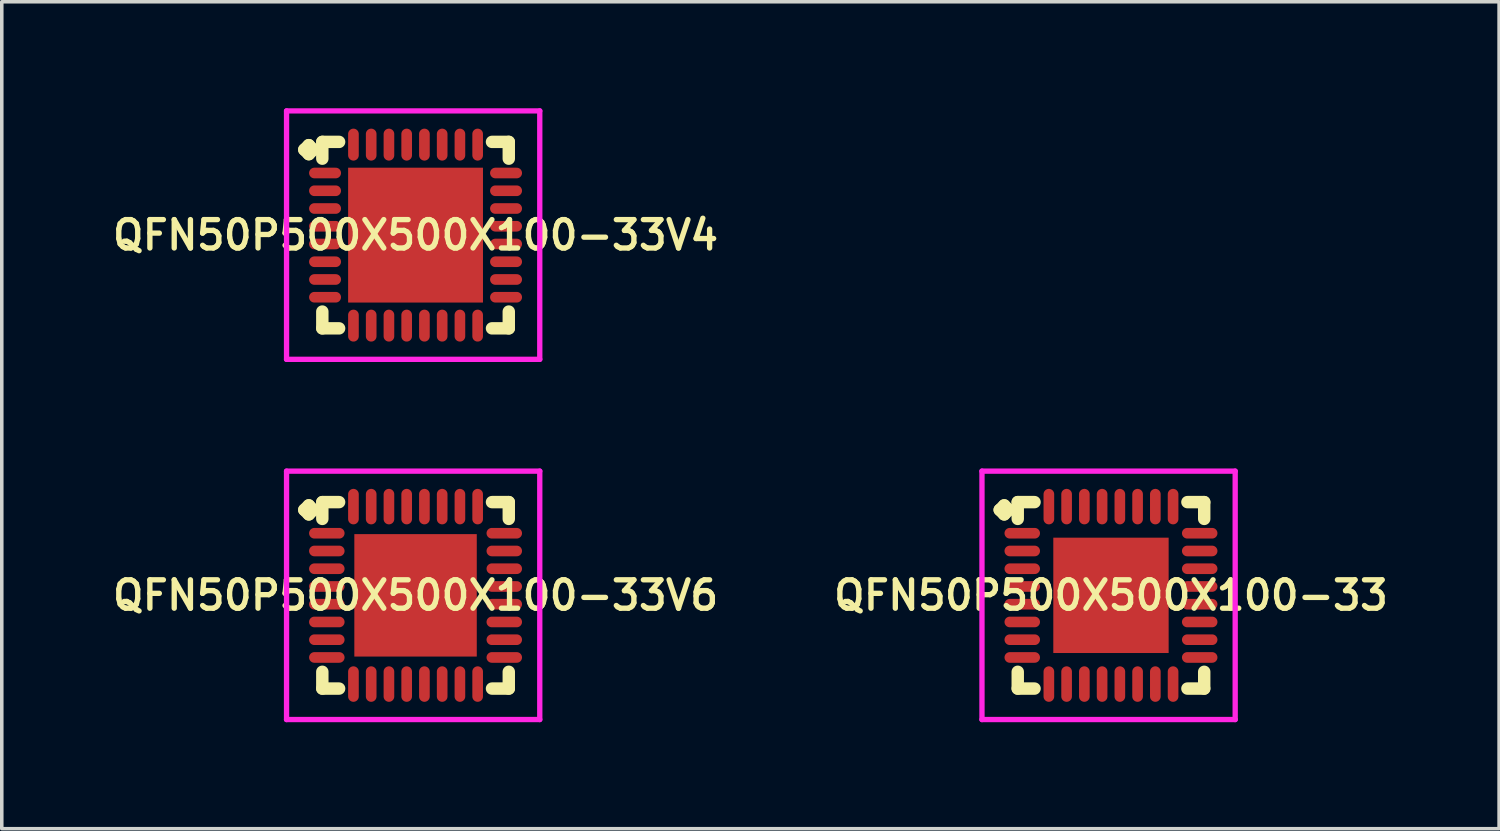
<source format=kicad_pcb>
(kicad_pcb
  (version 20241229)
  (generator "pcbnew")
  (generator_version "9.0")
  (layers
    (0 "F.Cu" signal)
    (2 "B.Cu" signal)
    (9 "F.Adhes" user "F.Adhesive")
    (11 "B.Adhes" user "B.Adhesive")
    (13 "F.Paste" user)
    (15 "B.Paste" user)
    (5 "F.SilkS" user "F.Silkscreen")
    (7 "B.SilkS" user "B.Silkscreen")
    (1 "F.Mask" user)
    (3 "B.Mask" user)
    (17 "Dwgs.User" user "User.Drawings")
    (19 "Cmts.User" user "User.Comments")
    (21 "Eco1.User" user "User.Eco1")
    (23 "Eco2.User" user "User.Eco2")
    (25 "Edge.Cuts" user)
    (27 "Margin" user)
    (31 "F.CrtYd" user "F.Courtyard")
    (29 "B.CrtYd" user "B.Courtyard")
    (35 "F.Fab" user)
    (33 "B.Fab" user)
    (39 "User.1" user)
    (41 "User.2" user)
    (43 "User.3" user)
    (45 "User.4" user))
  (footprint "QFN50P500X500X100-33"
    (layer "F.Cu")
    (at 28.254 13.725)
    (property "Reference" "QFN50P500X500X100-33" (at 0 0 0) (layer "F.SilkS") (effects (font (size 0.8 0.8) (thickness 0.15))))
    (attr smd)
    (fp_line (start -3.135 -2.408) (end -3.008 -2.535) (stroke (width 0.35) (type solid)) (layer "F.SilkS"))
    (fp_line (start -3.008 -2.535) (end -2.881 -2.408) (stroke (width 0.35) (type solid)) (layer "F.SilkS"))
    (fp_line (start -3.008 -2.281) (end -3.135 -2.408) (stroke (width 0.35) (type solid)) (layer "F.SilkS"))
    (fp_line (start -2.881 -2.408) (end -3.008 -2.281) (stroke (width 0.35) (type solid)) (layer "F.SilkS"))
    (fp_line (start -2.627 -2.627) (end -2.154 -2.627) (stroke (width 0.35) (type solid)) (layer "F.SilkS"))
    (fp_line (start -2.627 -2.154) (end -2.627 -2.627) (stroke (width 0.35) (type solid)) (layer "F.SilkS"))
    (fp_line (start -2.627 2.154) (end -2.627 2.627) (stroke (width 0.35) (type solid)) (layer "F.SilkS"))
    (fp_line (start -2.627 2.627) (end -2.154 2.627) (stroke (width 0.35) (type solid)) (layer "F.SilkS"))
    (fp_line (start 2.154 -2.627) (end 2.627 -2.627) (stroke (width 0.35) (type solid)) (layer "F.SilkS"))
    (fp_line (start 2.154 2.627) (end 2.627 2.627) (stroke (width 0.35) (type solid)) (layer "F.SilkS"))
    (fp_line (start 2.627 -2.627) (end 2.627 -2.154) (stroke (width 0.35) (type solid)) (layer "F.SilkS"))
    (fp_line (start 2.627 2.627) (end 2.627 2.154) (stroke (width 0.35) (type solid)) (layer "F.SilkS"))
    (fp_line (start -3.635 -3.5) (end 3.5 -3.5) (stroke (width 0.15) (type solid)) (layer "F.CrtYd"))
    (fp_line (start -3.635 3.5) (end -3.635 -3.5) (stroke (width 0.15) (type solid)) (layer "F.CrtYd"))
    (fp_line (start 3.5 -3.5) (end 3.5 3.5) (stroke (width 0.15) (type solid)) (layer "F.CrtYd"))
    (fp_line (start 3.5 3.5) (end -3.635 3.5) (stroke (width 0.15) (type solid)) (layer "F.CrtYd"))
    (pad "1" smd oval (at -2.5 -1.75) (size 1 0.3) (layers "F.Cu" "F.Mask" "F.Paste"))
    (pad "2" smd oval (at -2.5 -1.25) (size 1 0.3) (layers "F.Cu" "F.Mask" "F.Paste"))
    (pad "3" smd oval (at -2.5 -0.75) (size 1 0.3) (layers "F.Cu" "F.Mask" "F.Paste"))
    (pad "4" smd oval (at -2.5 -0.25) (size 1 0.3) (layers "F.Cu" "F.Mask" "F.Paste"))
    (pad "5" smd oval (at -2.5 0.25) (size 1 0.3) (layers "F.Cu" "F.Mask" "F.Paste"))
    (pad "6" smd oval (at -2.5 0.75) (size 1 0.3) (layers "F.Cu" "F.Mask" "F.Paste"))
    (pad "7" smd oval (at -2.5 1.25) (size 1 0.3) (layers "F.Cu" "F.Mask" "F.Paste"))
    (pad "8" smd oval (at -2.5 1.75) (size 1 0.3) (layers "F.Cu" "F.Mask" "F.Paste"))
    (pad "9" smd oval (at -1.75 2.5) (size 0.3 1) (layers "F.Cu" "F.Mask" "F.Paste"))
    (pad "10" smd oval (at -1.25 2.5) (size 0.3 1) (layers "F.Cu" "F.Mask" "F.Paste"))
    (pad "11" smd oval (at -0.75 2.5) (size 0.3 1) (layers "F.Cu" "F.Mask" "F.Paste"))
    (pad "12" smd oval (at -0.25 2.5) (size 0.3 1) (layers "F.Cu" "F.Mask" "F.Paste"))
    (pad "13" smd oval (at 0.25 2.5) (size 0.3 1) (layers "F.Cu" "F.Mask" "F.Paste"))
    (pad "14" smd oval (at 0.75 2.5) (size 0.3 1) (layers "F.Cu" "F.Mask" "F.Paste"))
    (pad "15" smd oval (at 1.25 2.5) (size 0.3 1) (layers "F.Cu" "F.Mask" "F.Paste"))
    (pad "16" smd oval (at 1.75 2.5) (size 0.3 1) (layers "F.Cu" "F.Mask" "F.Paste"))
    (pad "17" smd oval (at 2.5 1.75) (size 1 0.3) (layers "F.Cu" "F.Mask" "F.Paste"))
    (pad "18" smd oval (at 2.5 1.25) (size 1 0.3) (layers "F.Cu" "F.Mask" "F.Paste"))
    (pad "19" smd oval (at 2.5 0.75) (size 1 0.3) (layers "F.Cu" "F.Mask" "F.Paste"))
    (pad "20" smd oval (at 2.5 0.25) (size 1 0.3) (layers "F.Cu" "F.Mask" "F.Paste"))
    (pad "21" smd oval (at 2.5 -0.25) (size 1 0.3) (layers "F.Cu" "F.Mask" "F.Paste"))
    (pad "22" smd oval (at 2.5 -0.75) (size 1 0.3) (layers "F.Cu" "F.Mask" "F.Paste"))
    (pad "23" smd oval (at 2.5 -1.25) (size 1 0.3) (layers "F.Cu" "F.Mask" "F.Paste"))
    (pad "24" smd oval (at 2.5 -1.75) (size 1 0.3) (layers "F.Cu" "F.Mask" "F.Paste"))
    (pad "25" smd oval (at 1.75 -2.5) (size 0.3 1) (layers "F.Cu" "F.Mask" "F.Paste"))
    (pad "26" smd oval (at 1.25 -2.5) (size 0.3 1) (layers "F.Cu" "F.Mask" "F.Paste"))
    (pad "27" smd oval (at 0.75 -2.5) (size 0.3 1) (layers "F.Cu" "F.Mask" "F.Paste"))
    (pad "28" smd oval (at 0.25 -2.5) (size 0.3 1) (layers "F.Cu" "F.Mask" "F.Paste"))
    (pad "29" smd oval (at -0.25 -2.5) (size 0.3 1) (layers "F.Cu" "F.Mask" "F.Paste"))
    (pad "30" smd oval (at -0.75 -2.5) (size 0.3 1) (layers "F.Cu" "F.Mask" "F.Paste"))
    (pad "31" smd oval (at -1.25 -2.5) (size 0.3 1) (layers "F.Cu" "F.Mask" "F.Paste"))
    (pad "32" smd oval (at -1.75 -2.5) (size 0.3 1) (layers "F.Cu" "F.Mask" "F.Paste"))
    (pad "33" smd rect (at 0 0) (size 3.25 3.25) (layers "F.Cu" "F.Mask" "F.Paste")))
  (footprint "QFN50P500X500X100-33V4"
    (layer "F.Cu")
    (at 8.659 3.575)
    (property "Reference" "QFN50P500X500X100-33V4" (at 0 0 0) (layer "F.SilkS") (effects (font (size 0.8 0.8) (thickness 0.15))))
    (attr smd)
    (fp_line (start -3.135 -2.408) (end -3.008 -2.535) (stroke (width 0.35) (type solid)) (layer "F.SilkS"))
    (fp_line (start -3.008 -2.535) (end -2.881 -2.408) (stroke (width 0.35) (type solid)) (layer "F.SilkS"))
    (fp_line (start -3.008 -2.281) (end -3.135 -2.408) (stroke (width 0.35) (type solid)) (layer "F.SilkS"))
    (fp_line (start -2.881 -2.408) (end -3.008 -2.281) (stroke (width 0.35) (type solid)) (layer "F.SilkS"))
    (fp_line (start -2.627 -2.627) (end -2.154 -2.627) (stroke (width 0.35) (type solid)) (layer "F.SilkS"))
    (fp_line (start -2.627 -2.154) (end -2.627 -2.627) (stroke (width 0.35) (type solid)) (layer "F.SilkS"))
    (fp_line (start -2.627 2.154) (end -2.627 2.627) (stroke (width 0.35) (type solid)) (layer "F.SilkS"))
    (fp_line (start -2.627 2.627) (end -2.154 2.627) (stroke (width 0.35) (type solid)) (layer "F.SilkS"))
    (fp_line (start 2.154 -2.627) (end 2.627 -2.627) (stroke (width 0.35) (type solid)) (layer "F.SilkS"))
    (fp_line (start 2.154 2.627) (end 2.627 2.627) (stroke (width 0.35) (type solid)) (layer "F.SilkS"))
    (fp_line (start 2.627 -2.627) (end 2.627 -2.154) (stroke (width 0.35) (type solid)) (layer "F.SilkS"))
    (fp_line (start 2.627 2.627) (end 2.627 2.154) (stroke (width 0.35) (type solid)) (layer "F.SilkS"))
    (fp_line (start -3.635 -3.5) (end 3.5 -3.5) (stroke (width 0.15) (type solid)) (layer "F.CrtYd"))
    (fp_line (start -3.635 3.5) (end -3.635 -3.5) (stroke (width 0.15) (type solid)) (layer "F.CrtYd"))
    (fp_line (start 3.5 -3.5) (end 3.5 3.5) (stroke (width 0.15) (type solid)) (layer "F.CrtYd"))
    (fp_line (start 3.5 3.5) (end -3.635 3.5) (stroke (width 0.15) (type solid)) (layer "F.CrtYd"))
    (pad "1" smd oval (at -2.55 -1.75) (size 0.9 0.3) (layers "F.Cu" "F.Mask" "F.Paste"))
    (pad "2" smd oval (at -2.55 -1.25) (size 0.9 0.3) (layers "F.Cu" "F.Mask" "F.Paste"))
    (pad "3" smd oval (at -2.55 -0.75) (size 0.9 0.3) (layers "F.Cu" "F.Mask" "F.Paste"))
    (pad "4" smd oval (at -2.55 -0.25) (size 0.9 0.3) (layers "F.Cu" "F.Mask" "F.Paste"))
    (pad "5" smd oval (at -2.55 0.25) (size 0.9 0.3) (layers "F.Cu" "F.Mask" "F.Paste"))
    (pad "6" smd oval (at -2.55 0.75) (size 0.9 0.3) (layers "F.Cu" "F.Mask" "F.Paste"))
    (pad "7" smd oval (at -2.55 1.25) (size 0.9 0.3) (layers "F.Cu" "F.Mask" "F.Paste"))
    (pad "8" smd oval (at -2.55 1.75) (size 0.9 0.3) (layers "F.Cu" "F.Mask" "F.Paste"))
    (pad "9" smd oval (at -1.75 2.55) (size 0.3 0.9) (layers "F.Cu" "F.Mask" "F.Paste"))
    (pad "10" smd oval (at -1.25 2.55) (size 0.3 0.9) (layers "F.Cu" "F.Mask" "F.Paste"))
    (pad "11" smd oval (at -0.75 2.55) (size 0.3 0.9) (layers "F.Cu" "F.Mask" "F.Paste"))
    (pad "12" smd oval (at -0.25 2.55) (size 0.3 0.9) (layers "F.Cu" "F.Mask" "F.Paste"))
    (pad "13" smd oval (at 0.25 2.55) (size 0.3 0.9) (layers "F.Cu" "F.Mask" "F.Paste"))
    (pad "14" smd oval (at 0.75 2.55) (size 0.3 0.9) (layers "F.Cu" "F.Mask" "F.Paste"))
    (pad "15" smd oval (at 1.25 2.55) (size 0.3 0.9) (layers "F.Cu" "F.Mask" "F.Paste"))
    (pad "16" smd oval (at 1.75 2.55) (size 0.3 0.9) (layers "F.Cu" "F.Mask" "F.Paste"))
    (pad "17" smd oval (at 2.55 1.75) (size 0.9 0.3) (layers "F.Cu" "F.Mask" "F.Paste"))
    (pad "18" smd oval (at 2.55 1.25) (size 0.9 0.3) (layers "F.Cu" "F.Mask" "F.Paste"))
    (pad "19" smd oval (at 2.55 0.75) (size 0.9 0.3) (layers "F.Cu" "F.Mask" "F.Paste"))
    (pad "20" smd oval (at 2.55 0.25) (size 0.9 0.3) (layers "F.Cu" "F.Mask" "F.Paste"))
    (pad "21" smd oval (at 2.55 -0.25) (size 0.9 0.3) (layers "F.Cu" "F.Mask" "F.Paste"))
    (pad "22" smd oval (at 2.55 -0.75) (size 0.9 0.3) (layers "F.Cu" "F.Mask" "F.Paste"))
    (pad "23" smd oval (at 2.55 -1.25) (size 0.9 0.3) (layers "F.Cu" "F.Mask" "F.Paste"))
    (pad "24" smd oval (at 2.55 -1.75) (size 0.9 0.3) (layers "F.Cu" "F.Mask" "F.Paste"))
    (pad "25" smd oval (at 1.75 -2.55) (size 0.3 0.9) (layers "F.Cu" "F.Mask" "F.Paste"))
    (pad "26" smd oval (at 1.25 -2.55) (size 0.3 0.9) (layers "F.Cu" "F.Mask" "F.Paste"))
    (pad "27" smd oval (at 0.75 -2.55) (size 0.3 0.9) (layers "F.Cu" "F.Mask" "F.Paste"))
    (pad "28" smd oval (at 0.25 -2.55) (size 0.3 0.9) (layers "F.Cu" "F.Mask" "F.Paste"))
    (pad "29" smd oval (at -0.25 -2.55) (size 0.3 0.9) (layers "F.Cu" "F.Mask" "F.Paste"))
    (pad "30" smd oval (at -0.75 -2.55) (size 0.3 0.9) (layers "F.Cu" "F.Mask" "F.Paste"))
    (pad "31" smd oval (at -1.25 -2.55) (size 0.3 0.9) (layers "F.Cu" "F.Mask" "F.Paste"))
    (pad "32" smd oval (at -1.75 -2.55) (size 0.3 0.9) (layers "F.Cu" "F.Mask" "F.Paste"))
    (pad "33" smd rect (at 0 0) (size 3.8 3.8) (layers "F.Cu" "F.Mask" "F.Paste")))
  (footprint "QFN50P500X500X100-33V6"
    (layer "F.Cu")
    (at 8.659 13.725)
    (property "Reference" "QFN50P500X500X100-33V6" (at 0 0 0) (layer "F.SilkS") (effects (font (size 0.8 0.8) (thickness 0.15))))
    (attr smd)
    (fp_line (start -3.135 -2.408) (end -3.008 -2.535) (stroke (width 0.35) (type solid)) (layer "F.SilkS"))
    (fp_line (start -3.008 -2.535) (end -2.881 -2.408) (stroke (width 0.35) (type solid)) (layer "F.SilkS"))
    (fp_line (start -3.008 -2.281) (end -3.135 -2.408) (stroke (width 0.35) (type solid)) (layer "F.SilkS"))
    (fp_line (start -2.881 -2.408) (end -3.008 -2.281) (stroke (width 0.35) (type solid)) (layer "F.SilkS"))
    (fp_line (start -2.627 -2.627) (end -2.154 -2.627) (stroke (width 0.35) (type solid)) (layer "F.SilkS"))
    (fp_line (start -2.627 -2.154) (end -2.627 -2.627) (stroke (width 0.35) (type solid)) (layer "F.SilkS"))
    (fp_line (start -2.627 2.154) (end -2.627 2.627) (stroke (width 0.35) (type solid)) (layer "F.SilkS"))
    (fp_line (start -2.627 2.627) (end -2.154 2.627) (stroke (width 0.35) (type solid)) (layer "F.SilkS"))
    (fp_line (start 2.154 -2.627) (end 2.627 -2.627) (stroke (width 0.35) (type solid)) (layer "F.SilkS"))
    (fp_line (start 2.154 2.627) (end 2.627 2.627) (stroke (width 0.35) (type solid)) (layer "F.SilkS"))
    (fp_line (start 2.627 -2.627) (end 2.627 -2.154) (stroke (width 0.35) (type solid)) (layer "F.SilkS"))
    (fp_line (start 2.627 2.627) (end 2.627 2.154) (stroke (width 0.35) (type solid)) (layer "F.SilkS"))
    (fp_line (start -3.635 -3.5) (end 3.5 -3.5) (stroke (width 0.15) (type solid)) (layer "F.CrtYd"))
    (fp_line (start -3.635 3.5) (end -3.635 -3.5) (stroke (width 0.15) (type solid)) (layer "F.CrtYd"))
    (fp_line (start 3.5 -3.5) (end 3.5 3.5) (stroke (width 0.15) (type solid)) (layer "F.CrtYd"))
    (fp_line (start 3.5 3.5) (end -3.635 3.5) (stroke (width 0.15) (type solid)) (layer "F.CrtYd"))
    (pad "1" smd oval (at -2.5 -1.75) (size 1 0.3) (layers "F.Cu" "F.Mask" "F.Paste"))
    (pad "2" smd oval (at -2.5 -1.25) (size 1 0.3) (layers "F.Cu" "F.Mask" "F.Paste"))
    (pad "3" smd oval (at -2.5 -0.75) (size 1 0.3) (layers "F.Cu" "F.Mask" "F.Paste"))
    (pad "4" smd oval (at -2.5 -0.25) (size 1 0.3) (layers "F.Cu" "F.Mask" "F.Paste"))
    (pad "5" smd oval (at -2.5 0.25) (size 1 0.3) (layers "F.Cu" "F.Mask" "F.Paste"))
    (pad "6" smd oval (at -2.5 0.75) (size 1 0.3) (layers "F.Cu" "F.Mask" "F.Paste"))
    (pad "7" smd oval (at -2.5 1.25) (size 1 0.3) (layers "F.Cu" "F.Mask" "F.Paste"))
    (pad "8" smd oval (at -2.5 1.75) (size 1 0.3) (layers "F.Cu" "F.Mask" "F.Paste"))
    (pad "9" smd oval (at -1.75 2.5) (size 0.3 1) (layers "F.Cu" "F.Mask" "F.Paste"))
    (pad "10" smd oval (at -1.25 2.5) (size 0.3 1) (layers "F.Cu" "F.Mask" "F.Paste"))
    (pad "11" smd oval (at -0.75 2.5) (size 0.3 1) (layers "F.Cu" "F.Mask" "F.Paste"))
    (pad "12" smd oval (at -0.25 2.5) (size 0.3 1) (layers "F.Cu" "F.Mask" "F.Paste"))
    (pad "13" smd oval (at 0.25 2.5) (size 0.3 1) (layers "F.Cu" "F.Mask" "F.Paste"))
    (pad "14" smd oval (at 0.75 2.5) (size 0.3 1) (layers "F.Cu" "F.Mask" "F.Paste"))
    (pad "15" smd oval (at 1.25 2.5) (size 0.3 1) (layers "F.Cu" "F.Mask" "F.Paste"))
    (pad "16" smd oval (at 1.75 2.5) (size 0.3 1) (layers "F.Cu" "F.Mask" "F.Paste"))
    (pad "17" smd oval (at 2.5 1.75) (size 1 0.3) (layers "F.Cu" "F.Mask" "F.Paste"))
    (pad "18" smd oval (at 2.5 1.25) (size 1 0.3) (layers "F.Cu" "F.Mask" "F.Paste"))
    (pad "19" smd oval (at 2.5 0.75) (size 1 0.3) (layers "F.Cu" "F.Mask" "F.Paste"))
    (pad "20" smd oval (at 2.5 0.25) (size 1 0.3) (layers "F.Cu" "F.Mask" "F.Paste"))
    (pad "21" smd oval (at 2.5 -0.25) (size 1 0.3) (layers "F.Cu" "F.Mask" "F.Paste"))
    (pad "22" smd oval (at 2.5 -0.75) (size 1 0.3) (layers "F.Cu" "F.Mask" "F.Paste"))
    (pad "23" smd oval (at 2.5 -1.25) (size 1 0.3) (layers "F.Cu" "F.Mask" "F.Paste"))
    (pad "24" smd oval (at 2.5 -1.75) (size 1 0.3) (layers "F.Cu" "F.Mask" "F.Paste"))
    (pad "25" smd oval (at 1.75 -2.5) (size 0.3 1) (layers "F.Cu" "F.Mask" "F.Paste"))
    (pad "26" smd oval (at 1.25 -2.5) (size 0.3 1) (layers "F.Cu" "F.Mask" "F.Paste"))
    (pad "27" smd oval (at 0.75 -2.5) (size 0.3 1) (layers "F.Cu" "F.Mask" "F.Paste"))
    (pad "28" smd oval (at 0.25 -2.5) (size 0.3 1) (layers "F.Cu" "F.Mask" "F.Paste"))
    (pad "29" smd oval (at -0.25 -2.5) (size 0.3 1) (layers "F.Cu" "F.Mask" "F.Paste"))
    (pad "30" smd oval (at -0.75 -2.5) (size 0.3 1) (layers "F.Cu" "F.Mask" "F.Paste"))
    (pad "31" smd oval (at -1.25 -2.5) (size 0.3 1) (layers "F.Cu" "F.Mask" "F.Paste"))
    (pad "32" smd oval (at -1.75 -2.5) (size 0.3 1) (layers "F.Cu" "F.Mask" "F.Paste"))
    (pad "33" smd rect (at 0 0) (size 3.45 3.45) (layers "F.Cu" "F.Mask" "F.Paste")))
  (gr_rect
    (start -3 -3)
    (end 39.19 20.3)
    (stroke (width 0.1) (type default))
    (fill no)
    (layer "Edge.Cuts")))
</source>
